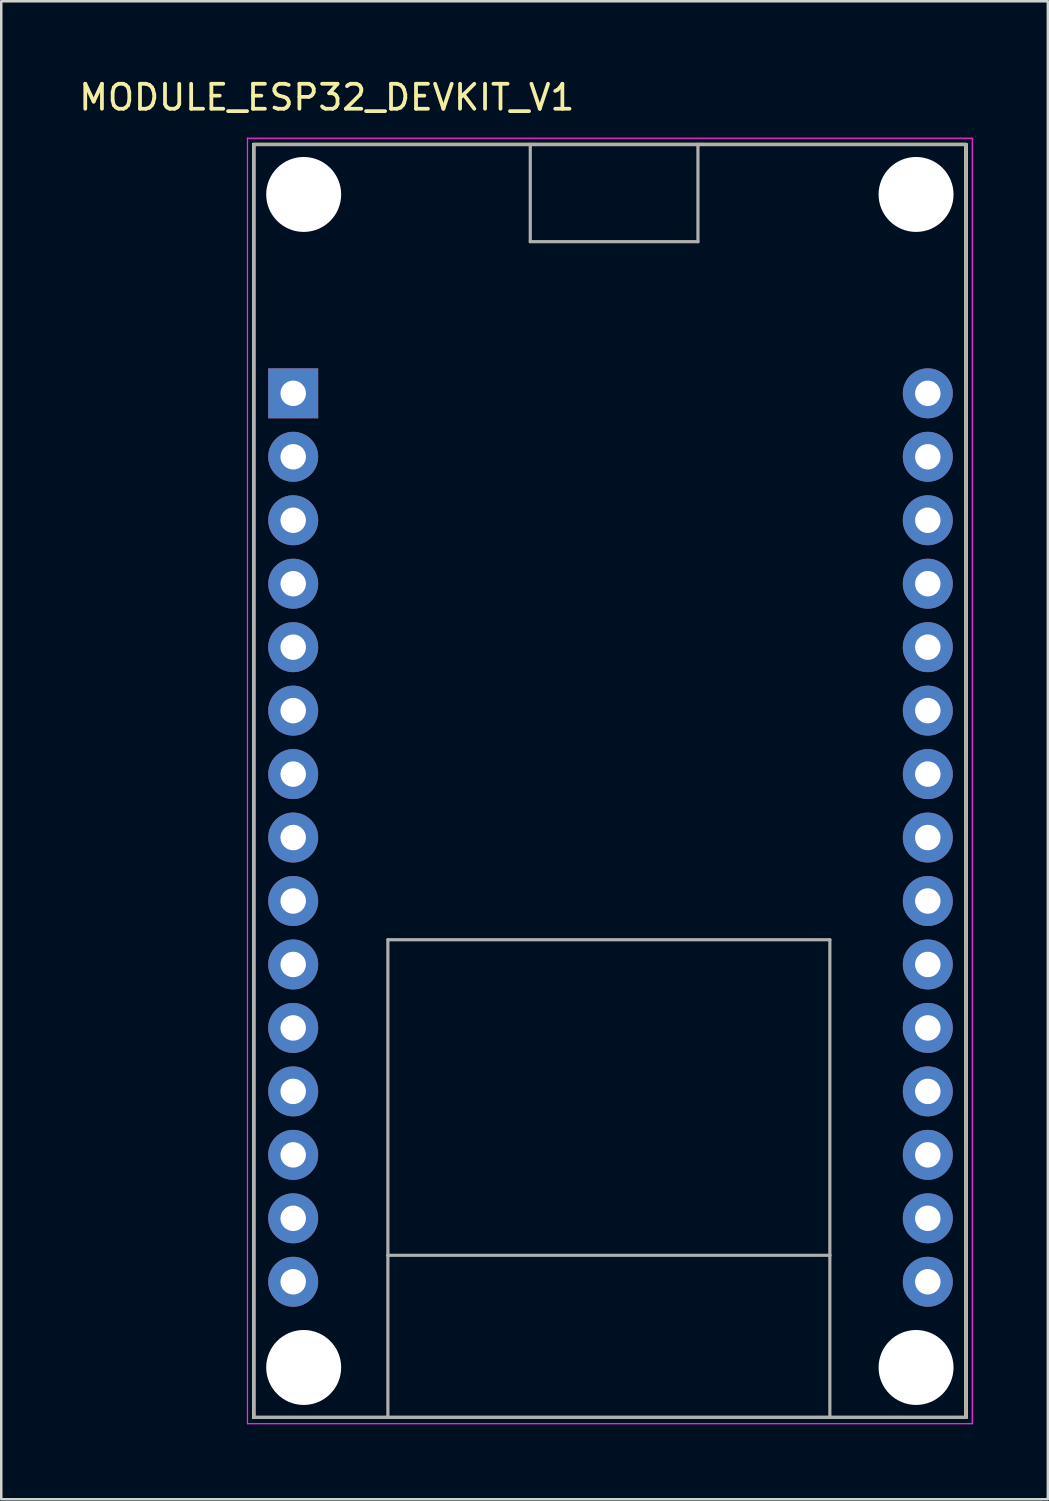
<source format=kicad_pcb>
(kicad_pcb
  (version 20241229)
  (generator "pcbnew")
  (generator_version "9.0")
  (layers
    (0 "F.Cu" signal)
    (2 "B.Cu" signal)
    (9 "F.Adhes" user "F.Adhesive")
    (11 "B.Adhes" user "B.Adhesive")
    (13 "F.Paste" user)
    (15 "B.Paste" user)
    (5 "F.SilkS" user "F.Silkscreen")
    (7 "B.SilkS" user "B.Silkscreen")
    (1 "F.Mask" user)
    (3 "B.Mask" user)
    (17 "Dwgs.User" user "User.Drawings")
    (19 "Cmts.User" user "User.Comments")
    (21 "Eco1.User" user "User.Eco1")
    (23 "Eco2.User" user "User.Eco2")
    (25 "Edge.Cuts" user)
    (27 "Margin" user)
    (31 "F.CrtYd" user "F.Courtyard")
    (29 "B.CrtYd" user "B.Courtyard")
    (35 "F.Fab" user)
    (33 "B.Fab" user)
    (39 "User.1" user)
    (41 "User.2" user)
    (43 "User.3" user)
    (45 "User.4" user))
  (footprint "MODULE_ESP32_DEVKIT_V1"
    (layer "F.Cu")
    (at 21.385 28.208)
    (property "Reference" "MODULE_ESP32_DEVKIT_V1" (at -11.355 -27.36 0) (layer "F.SilkS") (effects (font (size 1 1) (thickness 0.15))))
    (attr through_hole)
    (fp_line (start -14.28 -25.475) (end -3.211 -25.475) (stroke (width 0.127) (type solid)) (layer "F.SilkS"))
    (fp_line (start -14.28 -25.475) (end 14.23 -25.475) (stroke (width 0.127) (type solid)) (layer "F.SilkS"))
    (fp_line (start -14.28 25.475) (end -14.28 -25.475) (stroke (width 0.127) (type solid)) (layer "F.SilkS"))
    (fp_line (start -14.28 25.475) (end -14.28 -25.475) (stroke (width 0.127) (type solid)) (layer "F.SilkS"))
    (fp_line (start -14.28 25.475) (end -8.91 25.475) (stroke (width 0.127) (type solid)) (layer "F.SilkS"))
    (fp_line (start -8.91 25.475) (end 8.78 25.475) (stroke (width 0.127) (type solid)) (layer "F.SilkS"))
    (fp_line (start -3.211 -25.475) (end 3.5 -25.475) (stroke (width 0.127) (type solid)) (layer "F.SilkS"))
    (fp_line (start 3.5 -25.475) (end 14.23 -25.475) (stroke (width 0.127) (type solid)) (layer "F.SilkS"))
    (fp_line (start 8.78 25.475) (end 14.23 25.475) (stroke (width 0.127) (type solid)) (layer "F.SilkS"))
    (fp_line (start 14.23 -25.475) (end 14.23 25.475) (stroke (width 0.127) (type solid)) (layer "F.SilkS"))
    (fp_line (start 14.23 -25.475) (end 14.23 25.475) (stroke (width 0.127) (type solid)) (layer "F.SilkS"))
    (fp_line (start 14.23 25.475) (end -14.28 25.475) (stroke (width 0.127) (type solid)) (layer "F.SilkS"))
    (fp_line (start -14.53 -25.725) (end -14.53 25.725) (stroke (width 0.05) (type solid)) (layer "F.CrtYd"))
    (fp_line (start -14.53 25.725) (end 14.48 25.725) (stroke (width 0.05) (type solid)) (layer "F.CrtYd"))
    (fp_line (start 14.48 -25.725) (end -14.53 -25.725) (stroke (width 0.05) (type solid)) (layer "F.CrtYd"))
    (fp_line (start 14.48 25.725) (end 14.48 -25.725) (stroke (width 0.05) (type solid)) (layer "F.CrtYd"))
    (fp_line (start -14.28 -25.475) (end -3.211 -25.475) (stroke (width 0.127) (type solid)) (layer "F.Fab"))
    (fp_line (start -14.28 25.475) (end -14.28 -25.475) (stroke (width 0.127) (type solid)) (layer "F.Fab"))
    (fp_line (start -14.28 25.475) (end -8.91 25.475) (stroke (width 0.127) (type solid)) (layer "F.Fab"))
    (fp_line (start -8.91 6.355) (end 8.78 6.355) (stroke (width 0.127) (type solid)) (layer "F.Fab"))
    (fp_line (start -8.91 18.985) (end -8.91 6.355) (stroke (width 0.127) (type solid)) (layer "F.Fab"))
    (fp_line (start -8.91 18.985) (end 8.78 18.985) (stroke (width 0.127) (type solid)) (layer "F.Fab"))
    (fp_line (start -8.91 25.475) (end -8.91 18.985) (stroke (width 0.127) (type solid)) (layer "F.Fab"))
    (fp_line (start -8.91 25.475) (end 8.78 25.475) (stroke (width 0.127) (type solid)) (layer "F.Fab"))
    (fp_line (start -3.211 -25.475) (end 3.5 -25.475) (stroke (width 0.127) (type solid)) (layer "F.Fab"))
    (fp_line (start -3.211 -21.585) (end -3.211 -25.475) (stroke (width 0.127) (type solid)) (layer "F.Fab"))
    (fp_line (start 3.5 -25.475) (end 3.5 -21.585) (stroke (width 0.127) (type solid)) (layer "F.Fab"))
    (fp_line (start 3.5 -25.475) (end 14.23 -25.475) (stroke (width 0.127) (type solid)) (layer "F.Fab"))
    (fp_line (start 3.5 -21.585) (end -3.211 -21.585) (stroke (width 0.127) (type solid)) (layer "F.Fab"))
    (fp_line (start 8.78 6.355) (end 8.78 18.985) (stroke (width 0.127) (type solid)) (layer "F.Fab"))
    (fp_line (start 8.78 18.985) (end 8.78 25.475) (stroke (width 0.127) (type solid)) (layer "F.Fab"))
    (fp_line (start 8.78 25.475) (end 14.23 25.475) (stroke (width 0.127) (type solid)) (layer "F.Fab"))
    (fp_line (start 14.23 -25.475) (end 14.23 25.475) (stroke (width 0.127) (type solid)) (layer "F.Fab"))
    (pad "" np_thru_hole circle (at -12.28 -23.475) (size 3 3) (drill 3) (layers "*.Cu" "*.Mask"))
    (pad "" np_thru_hole circle (at -12.28 23.475) (size 3 3) (drill 3) (layers "*.Cu" "*.Mask"))
    (pad "" np_thru_hole circle (at 12.23 -23.475) (size 3 3) (drill 3) (layers "*.Cu" "*.Mask"))
    (pad "" np_thru_hole circle (at 12.23 23.475) (size 3 3) (drill 3) (layers "*.Cu" "*.Mask"))
    (pad "1" thru_hole rect (at -12.7 -15.515) (size 2 2) (drill 1.02) (layers "*.Cu" "*.Mask"))
    (pad "2" thru_hole circle (at -12.7 -12.975) (size 2 2) (drill 1.02) (layers "*.Cu" "*.Mask"))
    (pad "3" thru_hole circle (at -12.7 -10.435) (size 2 2) (drill 1.02) (layers "*.Cu" "*.Mask"))
    (pad "4" thru_hole circle (at -12.7 -7.895) (size 2 2) (drill 1.02) (layers "*.Cu" "*.Mask"))
    (pad "5" thru_hole circle (at -12.7 -5.355) (size 2 2) (drill 1.02) (layers "*.Cu" "*.Mask"))
    (pad "6" thru_hole circle (at -12.7 -2.815) (size 2 2) (drill 1.02) (layers "*.Cu" "*.Mask"))
    (pad "7" thru_hole circle (at -12.7 -0.275) (size 2 2) (drill 1.02) (layers "*.Cu" "*.Mask"))
    (pad "8" thru_hole circle (at -12.7 2.265) (size 2 2) (drill 1.02) (layers "*.Cu" "*.Mask"))
    (pad "9" thru_hole circle (at -12.7 4.805) (size 2 2) (drill 1.02) (layers "*.Cu" "*.Mask"))
    (pad "10" thru_hole circle (at -12.7 7.345) (size 2 2) (drill 1.02) (layers "*.Cu" "*.Mask"))
    (pad "11" thru_hole circle (at -12.7 9.885) (size 2 2) (drill 1.02) (layers "*.Cu" "*.Mask"))
    (pad "12" thru_hole circle (at -12.7 12.425) (size 2 2) (drill 1.02) (layers "*.Cu" "*.Mask"))
    (pad "13" thru_hole circle (at -12.7 14.965) (size 2 2) (drill 1.02) (layers "*.Cu" "*.Mask"))
    (pad "14" thru_hole circle (at -12.7 17.505) (size 2 2) (drill 1.02) (layers "*.Cu" "*.Mask"))
    (pad "15" thru_hole circle (at -12.7 20.045) (size 2 2) (drill 1.02) (layers "*.Cu" "*.Mask"))
    (pad "16" thru_hole circle (at 12.7 20.045) (size 2 2) (drill 1.02) (layers "*.Cu" "*.Mask"))
    (pad "17" thru_hole circle (at 12.7 17.505) (size 2 2) (drill 1.02) (layers "*.Cu" "*.Mask"))
    (pad "18" thru_hole circle (at 12.7 14.965) (size 2 2) (drill 1.02) (layers "*.Cu" "*.Mask"))
    (pad "19" thru_hole circle (at 12.7 12.425) (size 2 2) (drill 1.02) (layers "*.Cu" "*.Mask"))
    (pad "20" thru_hole circle (at 12.7 9.885) (size 2 2) (drill 1.02) (layers "*.Cu" "*.Mask"))
    (pad "21" thru_hole circle (at 12.7 7.345) (size 2 2) (drill 1.02) (layers "*.Cu" "*.Mask"))
    (pad "22" thru_hole circle (at 12.7 4.805) (size 2 2) (drill 1.02) (layers "*.Cu" "*.Mask"))
    (pad "23" thru_hole circle (at 12.7 2.265) (size 2 2) (drill 1.02) (layers "*.Cu" "*.Mask"))
    (pad "24" thru_hole circle (at 12.7 -0.275) (size 2 2) (drill 1.02) (layers "*.Cu" "*.Mask"))
    (pad "25" thru_hole circle (at 12.7 -2.815) (size 2 2) (drill 1.02) (layers "*.Cu" "*.Mask"))
    (pad "26" thru_hole circle (at 12.7 -5.355) (size 2 2) (drill 1.02) (layers "*.Cu" "*.Mask"))
    (pad "27" thru_hole circle (at 12.7 -7.895) (size 2 2) (drill 1.02) (layers "*.Cu" "*.Mask"))
    (pad "28" thru_hole circle (at 12.7 -10.435) (size 2 2) (drill 1.02) (layers "*.Cu" "*.Mask"))
    (pad "29" thru_hole circle (at 12.7 -12.975) (size 2 2) (drill 1.02) (layers "*.Cu" "*.Mask"))
    (pad "30" thru_hole circle (at 12.7 -15.515) (size 2 2) (drill 1.02) (layers "*.Cu" "*.Mask")))
  (gr_rect
    (start -3 -3)
    (end 38.89 56.958)
    (stroke (width 0.1) (type default))
    (fill no)
    (layer "Edge.Cuts")))
</source>
